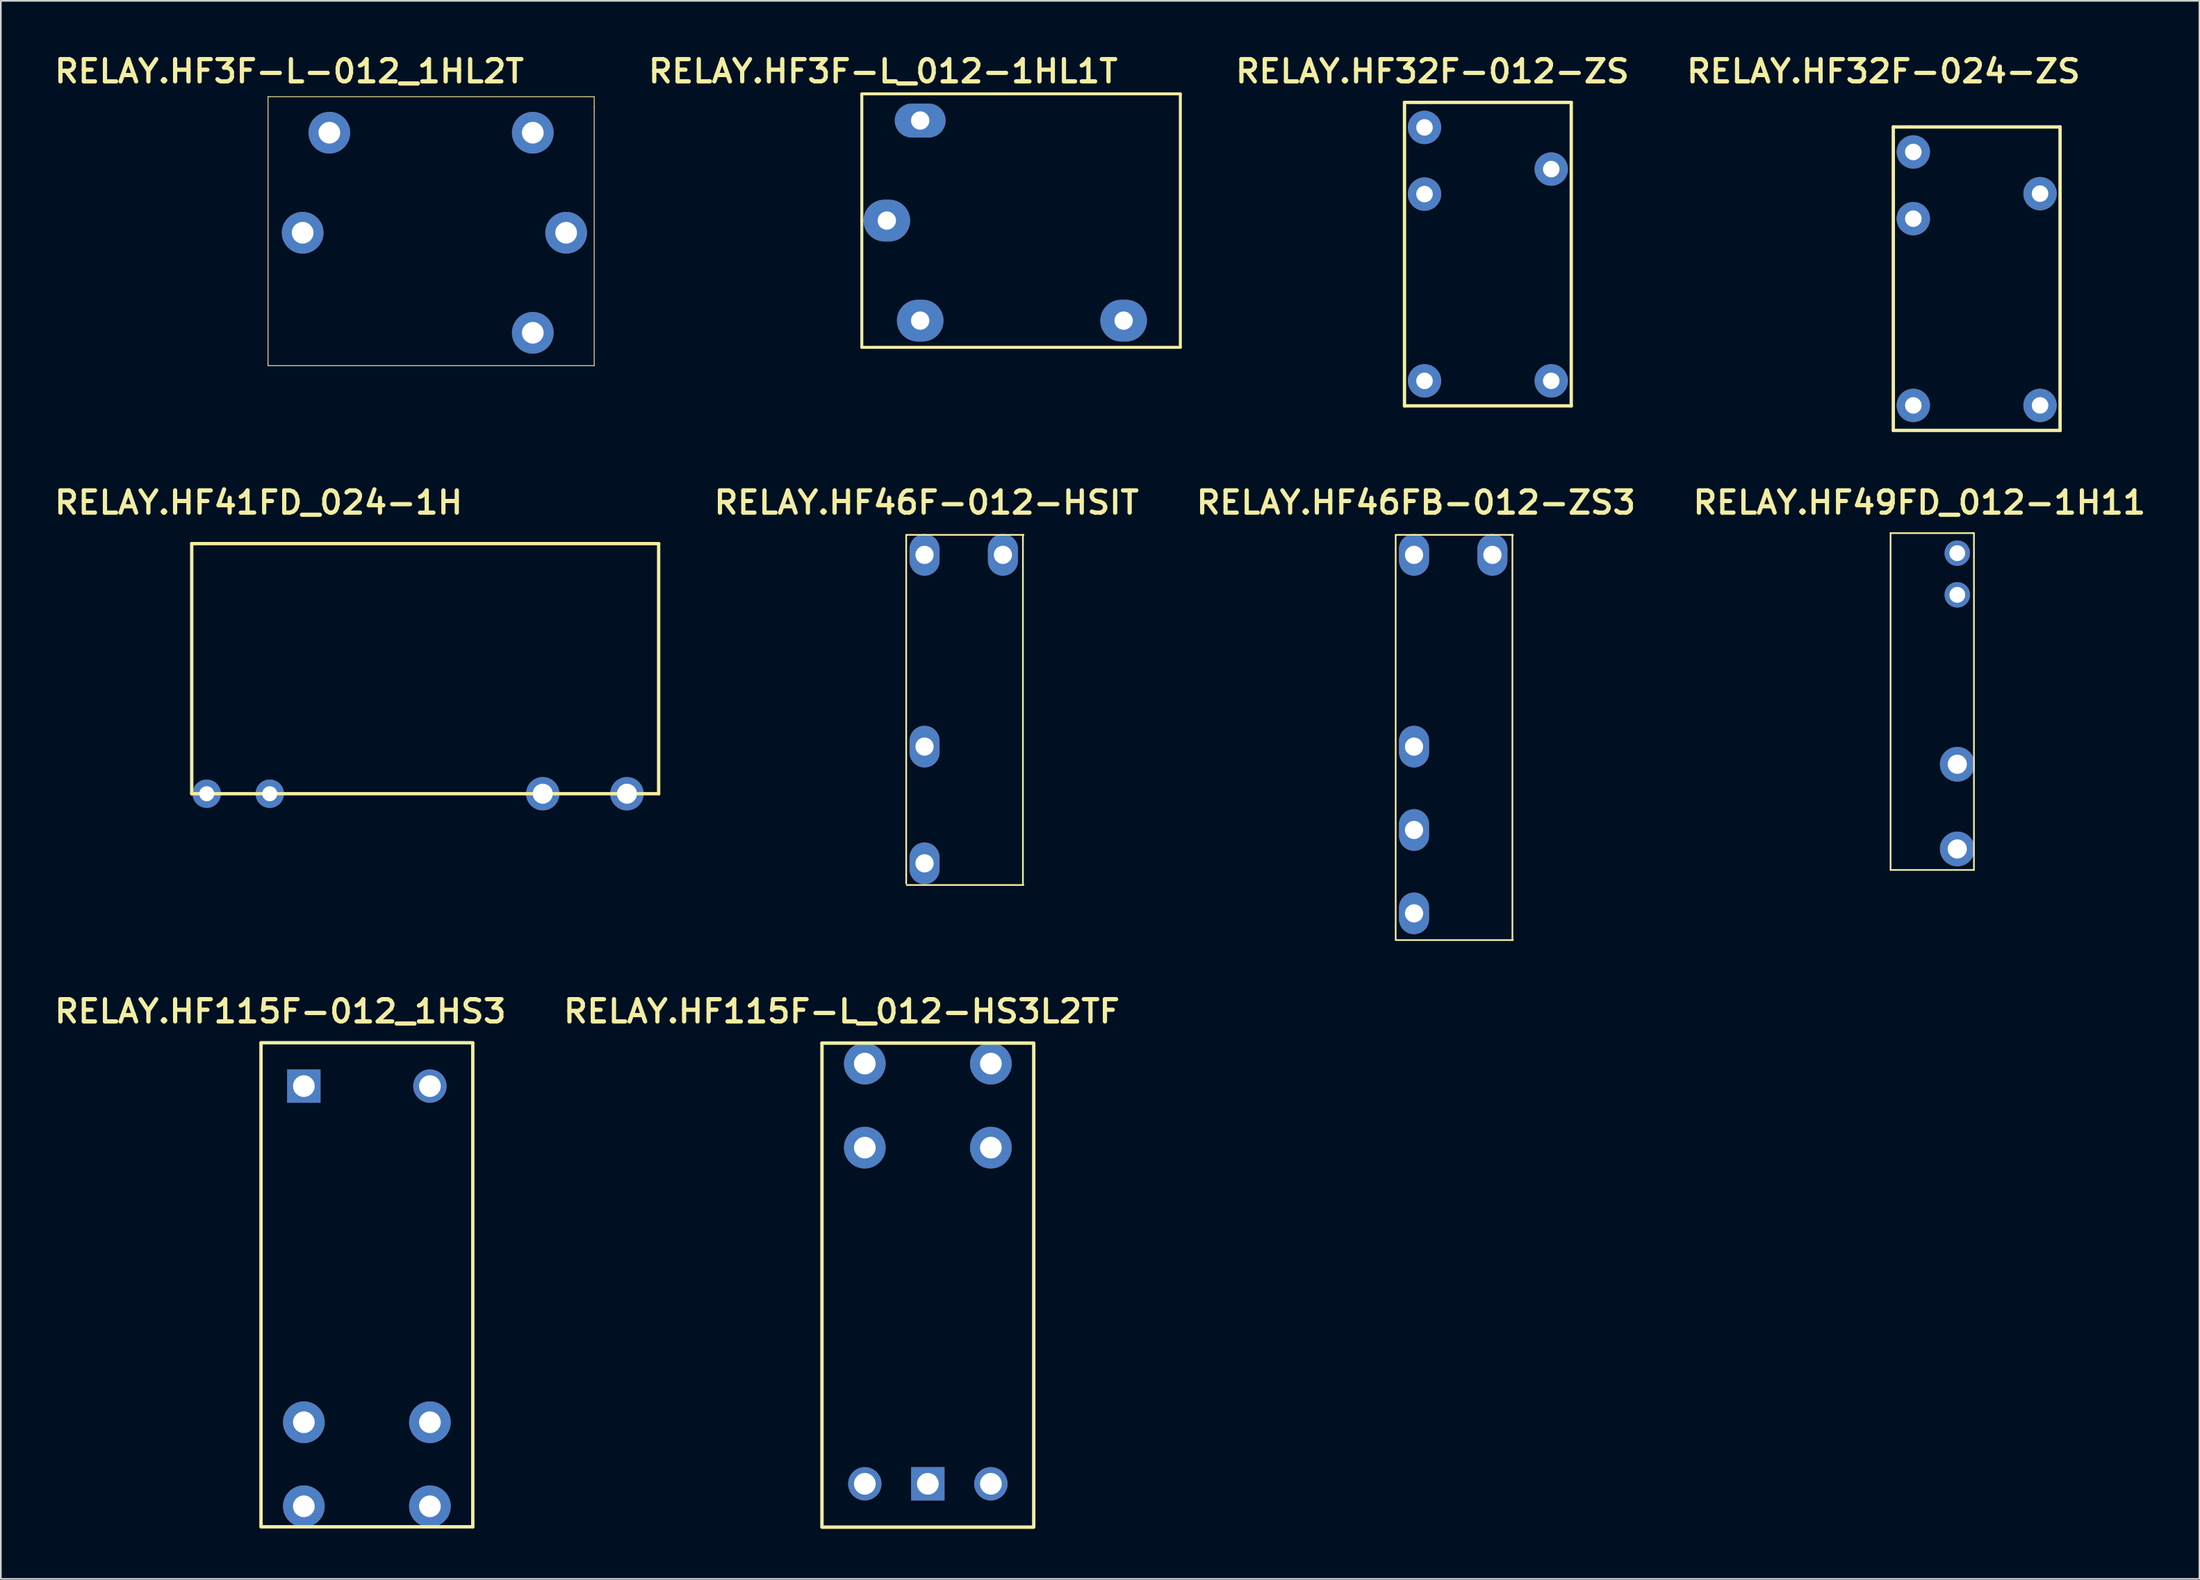
<source format=kicad_pcb>
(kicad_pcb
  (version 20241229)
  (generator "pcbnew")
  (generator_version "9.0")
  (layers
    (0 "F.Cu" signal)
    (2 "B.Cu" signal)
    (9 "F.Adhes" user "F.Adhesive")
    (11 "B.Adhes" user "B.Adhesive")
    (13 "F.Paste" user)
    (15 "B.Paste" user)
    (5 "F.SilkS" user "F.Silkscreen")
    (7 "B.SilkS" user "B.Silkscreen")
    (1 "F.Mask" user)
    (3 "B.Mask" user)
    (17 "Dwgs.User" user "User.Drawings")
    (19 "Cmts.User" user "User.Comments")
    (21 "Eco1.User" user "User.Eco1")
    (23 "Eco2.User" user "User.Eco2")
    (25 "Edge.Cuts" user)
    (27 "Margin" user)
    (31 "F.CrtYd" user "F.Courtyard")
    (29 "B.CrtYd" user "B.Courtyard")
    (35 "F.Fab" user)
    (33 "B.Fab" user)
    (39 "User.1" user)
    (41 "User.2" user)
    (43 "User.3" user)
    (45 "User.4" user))
  (footprint "RELAY.HF115F-L_012-HS3L2TF"
    (layer "F.Cu")
    (at 52.488 74.025)
    (property "Reference" "RELAY.HF115F-L_012-HS3L2TF" (at -5.067 -16.421 0) (unlocked yes) (layer "F.SilkS") (effects (font (size 1.333 1.402) (thickness 0.254))))
    (attr smd)
    (fp_line (start -6.248 -14.517) (end 6.403 -14.517) (stroke (width 0.203) (type solid)) (layer "F.SilkS"))
    (fp_line (start -6.248 14.483) (end -6.248 -14.517) (stroke (width 0.203) (type solid)) (layer "F.SilkS"))
    (fp_line (start -6.248 14.513) (end 6.452 14.513) (stroke (width 0.203) (type solid)) (layer "F.SilkS"))
    (fp_line (start 6.452 14.483) (end 6.452 -14.517) (stroke (width 0.203) (type solid)) (layer "F.SilkS"))
    (pad "1" thru_hole circle (at -3.678 -13.287 180) (size 2.5 2.5) (drill 1.3) (layers "*.Cu" "*.Mask"))
    (pad "2" thru_hole circle (at -3.678 -8.247 180) (size 2.5 2.5) (drill 1.3) (layers "*.Cu" "*.Mask"))
    (pad "3" thru_hole circle (at 3.882 -13.287 180) (size 2.5 2.5) (drill 1.3) (layers "*.Cu" "*.Mask"))
    (pad "4" thru_hole circle (at 3.882 -8.247 180) (size 2.5 2.5) (drill 1.3) (layers "*.Cu" "*.Mask"))
    (pad "5" thru_hole circle (at -3.678 11.913 180) (size 2 2) (drill 1.3) (layers "*.Cu" "*.Mask"))
    (pad "6" thru_hole circle (at 3.882 11.913 180) (size 2 2) (drill 1.3) (layers "*.Cu" "*.Mask"))
    (pad "7" thru_hole rect (at 0.102 11.913 180) (size 2 2) (drill 1.3) (layers "*.Cu" "*.Mask")))
  (footprint "RELAY.HF41FD_024-1H"
    (layer "F.Cu")
    (at 9.347 44.552)
    (property "Reference" "RELAY.HF41FD_024-1H" (at 3.111 -17.462 0) (unlocked yes) (layer "F.SilkS") (effects (font (size 1.333 1.402) (thickness 0.254))))
    (attr smd)
    (fp_line (start -0.9 -15) (end 27.1 -15) (stroke (width 0.2) (type solid)) (layer "F.SilkS"))
    (fp_line (start -0.9 0) (end -0.9 -15) (stroke (width 0.2) (type solid)) (layer "F.SilkS"))
    (fp_line (start -0.9 0) (end 27.1 0) (stroke (width 0.2) (type solid)) (layer "F.SilkS"))
    (fp_line (start 27.1 0) (end 27.1 -15) (stroke (width 0.2) (type solid)) (layer "F.SilkS"))
    (pad "1" thru_hole circle (at 20.15 0 180) (size 2 2) (drill 1.2) (layers "*.Cu" "*.Mask"))
    (pad "3" thru_hole circle (at 25.2 0 180) (size 2 2) (drill 1.2) (layers "*.Cu" "*.Mask"))
    (pad "4" thru_hole circle (at 3.78 0 180) (size 1.7 1.7) (drill 0.9) (layers "*.Cu" "*.Mask"))
    (pad "5" thru_hole circle (at 0 0 180) (size 1.7 1.7) (drill 0.9) (layers "*.Cu" "*.Mask")))
  (footprint "RELAY.HF46FB-012-ZS3"
    (layer "F.Cu")
    (at 86.445 30.227)
    (property "Reference" "RELAY.HF46FB-012-ZS3" (at -4.585 -3.137 0) (unlocked yes) (layer "F.SilkS") (effects (font (size 1.333 1.402) (thickness 0.254))))
    (attr smd)
    (fp_line (start -5.8 23.102) (end -5.8 -1.2) (stroke (width 0.1) (type solid)) (layer "F.SilkS"))
    (fp_line (start -5.768 -1.2) (end 1.232 -1.2) (stroke (width 0.1) (type solid)) (layer "F.SilkS"))
    (fp_line (start -5.768 23.102) (end 1.232 23.102) (stroke (width 0.1) (type solid)) (layer "F.SilkS"))
    (fp_line (start 1.2 23.102) (end 1.2 -1.2) (stroke (width 0.1) (type solid)) (layer "F.SilkS"))
    (pad "1" thru_hole oval (at -4.7 16.5 270) (size 2.5 1.8) (drill 1.092) (layers "*.Cu" "*.Mask"))
    (pad "2" thru_hole oval (at -4.7 11.5 270) (size 2.5 1.8) (drill 1.092) (layers "*.Cu" "*.Mask"))
    (pad "3" thru_hole oval (at -4.699 21.5 270) (size 2.5 1.8) (drill 1.092) (layers "*.Cu" "*.Mask"))
    (pad "4" thru_hole oval (at -4.7 0 270) (size 2.5 1.8) (drill 1.092) (layers "*.Cu" "*.Mask"))
    (pad "5" thru_hole oval (at 0 0 270) (size 2.5 1.8) (drill 1.092) (layers "*.Cu" "*.Mask")))
  (footprint "RELAY.HF3F-L-012_1HL2T"
    (layer "F.Cu")
    (at 22.474 12.3)
    (property "Reference" "RELAY.HF3F-L-012_1HL2T" (at -8.179 -11.074 0) (unlocked yes) (layer "F.SilkS") (effects (font (size 1.333 1.402) (thickness 0.254))))
    (attr smd)
    (fp_line (start -9.449 -9.55) (end 10.109 -9.55) (stroke (width 0.05) (type solid)) (layer "F.SilkS"))
    (fp_line (start -9.449 6.579) (end -9.449 -9.55) (stroke (width 0.05) (type solid)) (layer "F.SilkS"))
    (fp_line (start -9.449 6.579) (end 10.109 6.579) (stroke (width 0.05) (type solid)) (layer "F.SilkS"))
    (fp_line (start 10.109 -8.915) (end 10.109 -9.55) (stroke (width 0.05) (type solid)) (layer "F.SilkS"))
    (fp_line (start 10.109 6.579) (end 10.109 -8.915) (stroke (width 0.05) (type solid)) (layer "F.SilkS"))
    (pad "1" thru_hole circle (at 6.426 -7.391 180) (size 2.5 2.5) (drill 1.3) (layers "*.Cu" "*.Mask"))
    (pad "2" thru_hole circle (at 8.426 -1.391 180) (size 2.5 2.5) (drill 1.3) (layers "*.Cu" "*.Mask"))
    (pad "3" thru_hole circle (at 6.426 4.609 180) (size 2.5 2.5) (drill 1.3) (layers "*.Cu" "*.Mask"))
    (pad "4" thru_hole circle (at -5.774 -7.391 180) (size 2.5 2.5) (drill 1.3) (layers "*.Cu" "*.Mask"))
    (pad "5" thru_hole circle (at -7.374 -1.391 180) (size 2.5 2.5) (drill 1.3) (layers "*.Cu" "*.Mask")))
  (footprint "RELAY.HF32F-024-ZS"
    (layer "F.Cu")
    (at 115.394 14.624)
    (property "Reference" "RELAY.HF32F-024-ZS" (at -5.499 -13.399 0) (unlocked yes) (layer "F.SilkS") (effects (font (size 1.333 1.402) (thickness 0.254))))
    (attr smd)
    (fp_line (start -4.908 -10.06) (end -3.908 -10.06) (stroke (width 0.2) (type solid)) (layer "F.SilkS"))
    (fp_line (start -4.908 8.14) (end -4.908 -10.06) (stroke (width 0.2) (type solid)) (layer "F.SilkS"))
    (fp_line (start -4.908 8.14) (end 5.092 8.14) (stroke (width 0.2) (type solid)) (layer "F.SilkS"))
    (fp_line (start -3.908 -10.06) (end 5.092 -10.06) (stroke (width 0.2) (type solid)) (layer "F.SilkS"))
    (fp_line (start 5.092 8.14) (end 5.092 -10.06) (stroke (width 0.2) (type solid)) (layer "F.SilkS"))
    (pad "1" thru_hole circle (at 3.892 -6.06 90) (size 2 2) (drill 0.991) (layers "*.Cu" "*.Mask"))
    (pad "2" thru_hole circle (at -3.708 -4.56 90) (size 2 2) (drill 0.991) (layers "*.Cu" "*.Mask"))
    (pad "3" thru_hole circle (at -3.708 -8.56 90) (size 2 2) (drill 0.991) (layers "*.Cu" "*.Mask"))
    (pad "4" thru_hole circle (at 3.892 6.64 90) (size 2 2) (drill 0.991) (layers "*.Cu" "*.Mask"))
    (pad "5" thru_hole circle (at -3.708 6.64 90) (size 2 2) (drill 0.991) (layers "*.Cu" "*.Mask")))
  (footprint "RELAY.HF3F-L_012-1HL1T"
    (layer "F.Cu")
    (at 58.031 10.179)
    (property "Reference" "RELAY.HF3F-L_012-1HL1T" (at -8.128 -8.954 0) (unlocked yes) (layer "F.SilkS") (effects (font (size 1.333 1.402) (thickness 0.254))))
    (attr smd)
    (fp_line (start -9.4 -7.6) (end 9.7 -7.6) (stroke (width 0.178) (type solid)) (layer "F.SilkS"))
    (fp_line (start -9.4 0) (end -9.4 -7.6) (stroke (width 0.178) (type solid)) (layer "F.SilkS"))
    (fp_line (start -9.4 7.6) (end -9.4 0) (stroke (width 0.178) (type solid)) (layer "F.SilkS"))
    (fp_line (start -9.4 7.6) (end 9.7 7.6) (stroke (width 0.178) (type solid)) (layer "F.SilkS"))
    (fp_line (start 9.7 7.6) (end 9.7 -7.6) (stroke (width 0.178) (type solid)) (layer "F.SilkS"))
    (pad "1" thru_hole oval (at -5.9 -6) (size 3.048 2.032) (drill 1.1) (layers "*.Cu" "*.Mask"))
    (pad "2" thru_hole oval (at -7.9 0) (size 2.794 2.5) (drill 1.1) (layers "*.Cu" "*.Mask"))
    (pad "3" thru_hole oval (at -5.9 6) (size 2.794 2.5) (drill 1.1) (layers "*.Cu" "*.Mask"))
    (pad "4" thru_hole oval (at 6.3 6) (size 2.794 2.5) (drill 1.1) (layers "*.Cu" "*.Mask")))
  (footprint "RELAY.HF46F-012-HSIT"
    (layer "F.Cu")
    (at 54.933 38.634)
    (property "Reference" "RELAY.HF46F-012-HSIT" (at -2.426 -11.544 0) (unlocked yes) (layer "F.SilkS") (effects (font (size 1.333 1.402) (thickness 0.254))))
    (attr smd)
    (fp_line (start -3.641 11.305) (end -3.641 -9.607) (stroke (width 0.1) (type solid)) (layer "F.SilkS"))
    (fp_line (start -3.609 -9.607) (end 3.391 -9.607) (stroke (width 0.1) (type solid)) (layer "F.SilkS"))
    (fp_line (start -3.609 11.393) (end 3.391 11.393) (stroke (width 0.1) (type solid)) (layer "F.SilkS"))
    (fp_line (start 3.359 11.321) (end 3.359 -9.607) (stroke (width 0.1) (type solid)) (layer "F.SilkS"))
    (pad "1" thru_hole oval (at -2.541 10.093 270) (size 2.5 1.8) (drill 1.092) (layers "*.Cu" "*.Mask"))
    (pad "2" thru_hole oval (at -2.541 3.093 270) (size 2.5 1.8) (drill 1.092) (layers "*.Cu" "*.Mask"))
    (pad "3" thru_hole oval (at 2.159 -8.407 270) (size 2.5 1.8) (drill 1.092) (layers "*.Cu" "*.Mask"))
    (pad "4" thru_hole oval (at -2.541 -8.407 270) (size 2.5 1.8) (drill 1.092) (layers "*.Cu" "*.Mask")))
  (footprint "RELAY.HF49FD_012-1H11"
    (layer "F.Cu")
    (at 114.322 30.125)
    (property "Reference" "RELAY.HF49FD_012-1H11" (at -2.273 -3.035 0) (unlocked yes) (layer "F.SilkS") (effects (font (size 1.333 1.402) (thickness 0.254))))
    (attr smd)
    (fp_line (start -4 -1.204) (end 1 -1.204) (stroke (width 0.1) (type solid)) (layer "F.SilkS"))
    (fp_line (start -4 19) (end -4 -1.204) (stroke (width 0.1) (type solid)) (layer "F.SilkS"))
    (fp_line (start -4 19) (end 1 19) (stroke (width 0.1) (type solid)) (layer "F.SilkS"))
    (fp_line (start 1 19) (end 1 -1.204) (stroke (width 0.1) (type solid)) (layer "F.SilkS"))
    (pad "1" thru_hole circle (at 0 17.74 270) (size 2.083 2.083) (drill 1.15) (layers "*.Cu" "*.Mask"))
    (pad "2" thru_hole circle (at 0 12.66 270) (size 2.083 2.083) (drill 1.15) (layers "*.Cu" "*.Mask"))
    (pad "3" thru_hole oval (at 0 2.5 270) (size 1.524 1.524) (drill 0.95) (layers "*.Cu" "*.Mask"))
    (pad "4" thru_hole circle (at 0 0 270) (size 1.524 1.524) (drill 0.95) (layers "*.Cu" "*.Mask")))
  (footprint "RELAY.HF32F-012-ZS"
    (layer "F.Cu")
    (at 85.778 12.694)
    (property "Reference" "RELAY.HF32F-012-ZS" (at -2.934 -11.468 0) (unlocked yes) (layer "F.SilkS") (effects (font (size 1.333 1.402) (thickness 0.254))))
    (attr smd)
    (fp_line (start -4.604 -9.603) (end -3.604 -9.603) (stroke (width 0.2) (type solid)) (layer "F.SilkS"))
    (fp_line (start -4.604 8.597) (end -4.604 -9.603) (stroke (width 0.2) (type solid)) (layer "F.SilkS"))
    (fp_line (start -4.604 8.597) (end 5.396 8.597) (stroke (width 0.2) (type solid)) (layer "F.SilkS"))
    (fp_line (start -3.604 -9.603) (end 5.396 -9.603) (stroke (width 0.2) (type solid)) (layer "F.SilkS"))
    (fp_line (start 5.396 8.597) (end 5.396 -9.603) (stroke (width 0.2) (type solid)) (layer "F.SilkS"))
    (pad "1" thru_hole circle (at 4.196 -5.603 90) (size 2 2) (drill 0.991) (layers "*.Cu" "*.Mask"))
    (pad "2" thru_hole circle (at -3.404 -4.103 90) (size 2 2) (drill 0.991) (layers "*.Cu" "*.Mask"))
    (pad "3" thru_hole circle (at -3.404 -8.103 90) (size 2 2) (drill 0.991) (layers "*.Cu" "*.Mask"))
    (pad "4" thru_hole circle (at 4.196 7.097 90) (size 2 2) (drill 0.991) (layers "*.Cu" "*.Mask"))
    (pad "5" thru_hole circle (at -3.404 7.097 90) (size 2 2) (drill 0.991) (layers "*.Cu" "*.Mask")))
  (footprint "RELAY.HF115F-012_1HS3"
    (layer "F.Cu")
    (at 15.171 62.087)
    (property "Reference" "RELAY.HF115F-012_1HS3" (at -1.41 -4.483 0) (unlocked yes) (layer "F.SilkS") (effects (font (size 1.333 1.402) (thickness 0.254))))
    (attr smd)
    (fp_line (start -2.57 -2.6) (end 10.13 -2.6) (stroke (width 0.203) (type solid)) (layer "F.SilkS"))
    (fp_line (start -2.57 26.43) (end -2.57 -2.57) (stroke (width 0.203) (type solid)) (layer "F.SilkS"))
    (fp_line (start -2.521 26.43) (end 10.13 26.43) (stroke (width 0.203) (type solid)) (layer "F.SilkS"))
    (fp_line (start 10.13 26.43) (end 10.13 -2.57) (stroke (width 0.203) (type solid)) (layer "F.SilkS"))
    (pad "1" thru_hole circle (at 0 20.16) (size 2.5 2.5) (drill 1.3) (layers "*.Cu" "*.Mask"))
    (pad "2" thru_hole circle (at 0 25.2) (size 2.5 2.5) (drill 1.3) (layers "*.Cu" "*.Mask"))
    (pad "3" thru_hole circle (at 7.56 20.16) (size 2.5 2.5) (drill 1.3) (layers "*.Cu" "*.Mask"))
    (pad "4" thru_hole circle (at 7.56 25.2) (size 2.5 2.5) (drill 1.3) (layers "*.Cu" "*.Mask"))
    (pad "5" thru_hole circle (at 7.56 0) (size 2 2) (drill 1.3) (layers "*.Cu" "*.Mask"))
    (pad "6" thru_hole rect (at 0 0) (size 2 2) (drill 1.3) (layers "*.Cu" "*.Mask")))
  (gr_rect
    (start -3 -3)
    (end 128.842 91.64)
    (stroke (width 0.1) (type default))
    (fill no)
    (layer "Edge.Cuts")))
</source>
